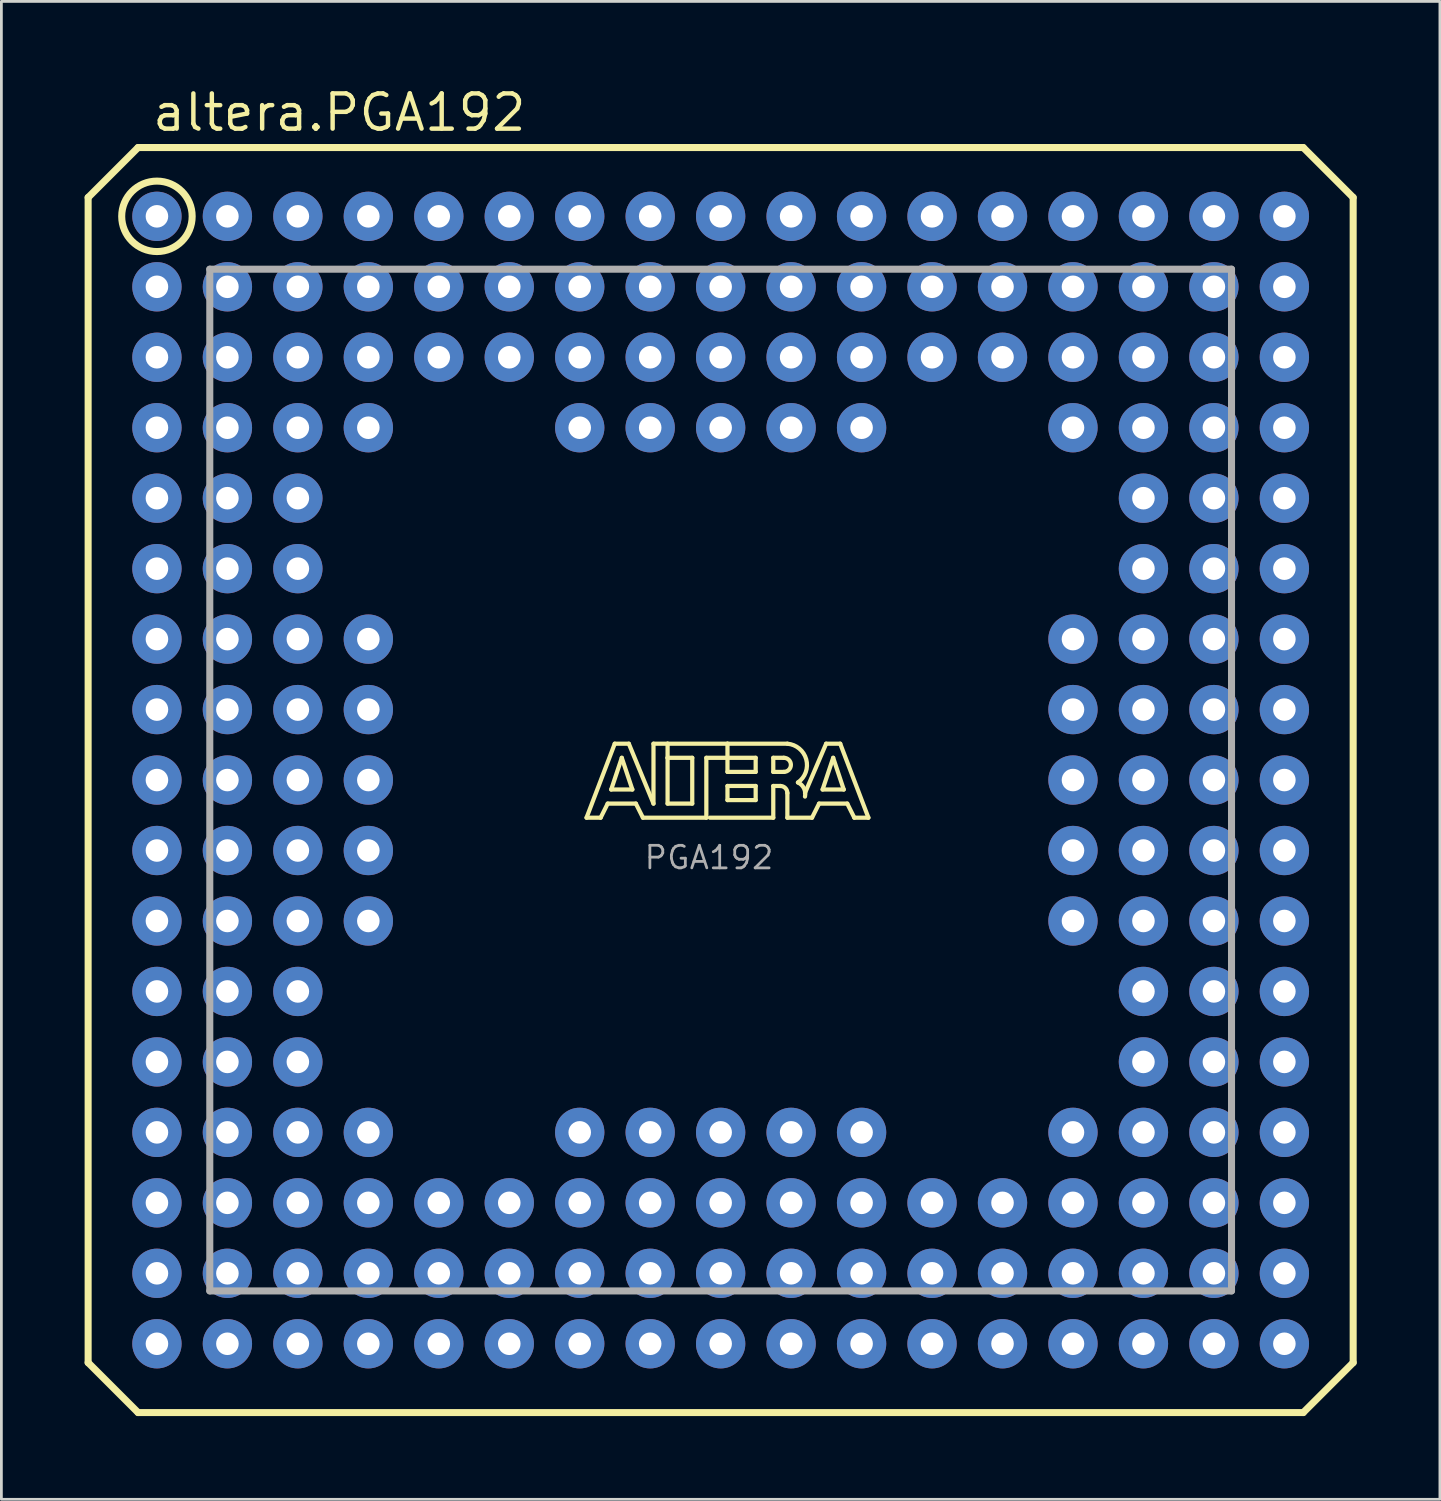
<source format=kicad_pcb>
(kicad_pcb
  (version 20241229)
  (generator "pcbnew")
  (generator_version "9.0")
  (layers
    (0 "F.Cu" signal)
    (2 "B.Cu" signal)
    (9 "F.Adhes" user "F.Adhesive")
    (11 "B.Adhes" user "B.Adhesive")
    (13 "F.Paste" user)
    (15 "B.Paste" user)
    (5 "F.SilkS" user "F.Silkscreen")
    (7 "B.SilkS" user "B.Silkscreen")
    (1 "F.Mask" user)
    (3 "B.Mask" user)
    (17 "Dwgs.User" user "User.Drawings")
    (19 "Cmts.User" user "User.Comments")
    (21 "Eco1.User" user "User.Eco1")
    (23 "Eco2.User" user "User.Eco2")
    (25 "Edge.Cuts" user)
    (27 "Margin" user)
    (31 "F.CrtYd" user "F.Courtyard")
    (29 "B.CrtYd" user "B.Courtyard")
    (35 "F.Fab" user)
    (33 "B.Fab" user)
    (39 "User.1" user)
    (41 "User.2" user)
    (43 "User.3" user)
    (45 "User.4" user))
  (footprint "altera.PGA192"
    (layer "F.Cu")
    (at 22.927 25.068)
    (property "Reference" "altera.PGA192" (at -20.563 -23.318 0) (layer "F.SilkS") (effects (font (size 1.27 1.27) (thickness 0.16)) (justify left bottom)))
    (attr through_hole)
    (fp_line (start -22.8 -21) (end -21 -22.8) (stroke (width 0.254) (type default)) (layer "F.SilkS"))
    (fp_line (start -22.8 21) (end -22.8 -21) (stroke (width 0.254) (type default)) (layer "F.SilkS"))
    (fp_line (start -21 -22.8) (end 21 -22.8) (stroke (width 0.254) (type default)) (layer "F.SilkS"))
    (fp_line (start -21 22.8) (end -22.8 21) (stroke (width 0.254) (type default)) (layer "F.SilkS"))
    (fp_line (start -4.834 1.357) (end -3.818 -1.31) (stroke (width 0.152) (type default)) (layer "F.SilkS"))
    (fp_line (start -4.326 1.357) (end -4.834 1.357) (stroke (width 0.152) (type default)) (layer "F.SilkS"))
    (fp_line (start -4.072 0.849) (end -4.326 1.357) (stroke (width 0.152) (type default)) (layer "F.SilkS"))
    (fp_line (start -3.945 0.341) (end -3.183 0.341) (stroke (width 0.152) (type default)) (layer "F.SilkS"))
    (fp_line (start -3.818 -1.31) (end -3.31 -1.31) (stroke (width 0.152) (type default)) (layer "F.SilkS"))
    (fp_line (start -3.564 -0.802) (end -3.945 0.341) (stroke (width 0.152) (type default)) (layer "F.SilkS"))
    (fp_line (start -3.31 -1.31) (end -2.421 0.849) (stroke (width 0.152) (type default)) (layer "F.SilkS"))
    (fp_line (start -3.183 0.341) (end -3.564 -0.802) (stroke (width 0.152) (type default)) (layer "F.SilkS"))
    (fp_line (start -3.056 0.849) (end -4.072 0.849) (stroke (width 0.152) (type default)) (layer "F.SilkS"))
    (fp_line (start -2.802 1.357) (end -3.056 0.849) (stroke (width 0.152) (type default)) (layer "F.SilkS"))
    (fp_line (start -2.421 -1.31) (end -1.913 -1.31) (stroke (width 0.152) (type default)) (layer "F.SilkS"))
    (fp_line (start -2.421 0.849) (end -2.421 -1.31) (stroke (width 0.152) (type default)) (layer "F.SilkS"))
    (fp_line (start -1.913 -1.31) (end -1.913 -0.802) (stroke (width 0.152) (type default)) (layer "F.SilkS"))
    (fp_line (start -1.913 -1.31) (end 0.246 -1.31) (stroke (width 0.152) (type default)) (layer "F.SilkS"))
    (fp_line (start -1.913 -0.802) (end -1.913 0.849) (stroke (width 0.152) (type default)) (layer "F.SilkS"))
    (fp_line (start -1.913 0.849) (end -1.024 0.849) (stroke (width 0.152) (type default)) (layer "F.SilkS"))
    (fp_line (start -1.024 -0.802) (end -1.913 -0.802) (stroke (width 0.152) (type default)) (layer "F.SilkS"))
    (fp_line (start -1.024 0.849) (end -1.024 -0.802) (stroke (width 0.152) (type default)) (layer "F.SilkS"))
    (fp_line (start -0.516 -0.802) (end -0.516 1.357) (stroke (width 0.152) (type default)) (layer "F.SilkS"))
    (fp_line (start -0.516 1.357) (end -2.802 1.357) (stroke (width 0.152) (type default)) (layer "F.SilkS"))
    (fp_line (start 0.246 -1.31) (end 0.246 -0.802) (stroke (width 0.152) (type default)) (layer "F.SilkS"))
    (fp_line (start 0.246 -1.31) (end 2.405 -1.31) (stroke (width 0.152) (type default)) (layer "F.SilkS"))
    (fp_line (start 0.246 -0.802) (end -0.516 -0.802) (stroke (width 0.152) (type default)) (layer "F.SilkS"))
    (fp_line (start 0.246 -0.802) (end 0.246 -0.294) (stroke (width 0.152) (type default)) (layer "F.SilkS"))
    (fp_line (start 0.246 -0.294) (end 1.262 -0.294) (stroke (width 0.152) (type default)) (layer "F.SilkS"))
    (fp_line (start 0.246 0.214) (end 1.262 0.214) (stroke (width 0.152) (type default)) (layer "F.SilkS"))
    (fp_line (start 0.246 0.722) (end 0.246 0.214) (stroke (width 0.152) (type default)) (layer "F.SilkS"))
    (fp_line (start 1.262 -0.802) (end 0.246 -0.802) (stroke (width 0.152) (type default)) (layer "F.SilkS"))
    (fp_line (start 1.262 -0.294) (end 1.262 -0.802) (stroke (width 0.152) (type default)) (layer "F.SilkS"))
    (fp_line (start 1.262 0.214) (end 1.262 0.722) (stroke (width 0.152) (type default)) (layer "F.SilkS"))
    (fp_line (start 1.262 0.722) (end 0.246 0.722) (stroke (width 0.152) (type default)) (layer "F.SilkS"))
    (fp_line (start 1.897 -0.802) (end 1.897 -0.294) (stroke (width 0.152) (type default)) (layer "F.SilkS"))
    (fp_line (start 1.897 -0.294) (end 2.278 -0.294) (stroke (width 0.152) (type default)) (layer "F.SilkS"))
    (fp_line (start 1.897 0.214) (end 1.897 1.357) (stroke (width 0.152) (type default)) (layer "F.SilkS"))
    (fp_line (start 1.897 0.214) (end 2.151 0.214) (stroke (width 0.152) (type default)) (layer "F.SilkS"))
    (fp_line (start 1.897 1.357) (end -0.389 1.357) (stroke (width 0.152) (type default)) (layer "F.SilkS"))
    (fp_line (start 2.278 -0.802) (end 1.897 -0.802) (stroke (width 0.152) (type default)) (layer "F.SilkS"))
    (fp_line (start 2.405 0.468) (end 2.405 1.357) (stroke (width 0.152) (type default)) (layer "F.SilkS"))
    (fp_line (start 2.405 1.357) (end 3.294 1.357) (stroke (width 0.152) (type default)) (layer "F.SilkS"))
    (fp_line (start 3.294 1.357) (end 3.548 0.849) (stroke (width 0.152) (type default)) (layer "F.SilkS"))
    (fp_line (start 3.548 0.849) (end 4.564 0.849) (stroke (width 0.152) (type default)) (layer "F.SilkS"))
    (fp_line (start 3.675 0.341) (end 4.056 -0.802) (stroke (width 0.152) (type default)) (layer "F.SilkS"))
    (fp_line (start 3.802 -1.31) (end 3.04 0.468) (stroke (width 0.152) (type default)) (layer "F.SilkS"))
    (fp_line (start 4.056 -0.802) (end 4.437 0.341) (stroke (width 0.152) (type default)) (layer "F.SilkS"))
    (fp_line (start 4.31 -1.31) (end 3.802 -1.31) (stroke (width 0.152) (type default)) (layer "F.SilkS"))
    (fp_line (start 4.437 0.341) (end 3.675 0.341) (stroke (width 0.152) (type default)) (layer "F.SilkS"))
    (fp_line (start 4.564 0.849) (end 4.818 1.357) (stroke (width 0.152) (type default)) (layer "F.SilkS"))
    (fp_line (start 4.818 1.357) (end 5.326 1.357) (stroke (width 0.152) (type default)) (layer "F.SilkS"))
    (fp_line (start 5.326 1.357) (end 4.31 -1.31) (stroke (width 0.152) (type default)) (layer "F.SilkS"))
    (fp_line (start 21 -22.8) (end 22.8 -21) (stroke (width 0.254) (type default)) (layer "F.SilkS"))
    (fp_line (start 21 22.8) (end -21 22.8) (stroke (width 0.254) (type default)) (layer "F.SilkS"))
    (fp_line (start 22.8 -21) (end 22.8 21) (stroke (width 0.254) (type default)) (layer "F.SilkS"))
    (fp_line (start 22.8 21) (end 21 22.8) (stroke (width 0.254) (type default)) (layer "F.SilkS"))
    (fp_arc (start 2.151 0.214) (mid 2.330605 0.288395) (end 2.405 0.468) (stroke (width 0.1524) (type default)) (layer "F.SilkS"))
    (fp_arc (start 2.278 -0.802) (mid 2.532 -0.548) (end 2.278 -0.294) (stroke (width 0.1524) (type default)) (layer "F.SilkS"))
    (fp_arc (start 2.405 -1.31) (mid 3.084953 -0.74477) (end 2.7861 0.0874) (stroke (width 0.1524) (type default)) (layer "F.SilkS"))
    (fp_arc (start 2.7861 0.0871) (mid 3.002081 0.296587) (end 3.0398 0.5951) (stroke (width 0.1524) (type default)) (layer "F.SilkS"))
    (fp_circle (center -20.32 -20.32) (end -19.05 -20.32) (stroke (width 0.254) (type default)) (fill no) (layer "F.SilkS"))
    (fp_line (start -18.415 -18.415) (end -18.415 18.415) (stroke (width 0.254) (type default)) (layer "F.Fab"))
    (fp_line (start -18.415 18.415) (end 18.415 18.415) (stroke (width 0.254) (type default)) (layer "F.Fab"))
    (fp_line (start 18.415 -18.415) (end -18.415 -18.415) (stroke (width 0.254) (type default)) (layer "F.Fab"))
    (fp_line (start 18.415 18.415) (end 18.415 -18.415) (stroke (width 0.254) (type default)) (layer "F.Fab"))
    (fp_text user "PGA192" (at -2.81 3.27 0) (layer "F.Fab") (effects (font (size 0.813 0.813) (thickness 0.1)) (justify left bottom)))
    (pad "A1" thru_hole circle (at -20.32 -20.32) (size 1.778 1.778) (drill 0.813) (layers "*.Cu" "*.Mask"))
    (pad "A2" thru_hole circle (at -17.78 -20.32) (size 1.778 1.778) (drill 0.813) (layers "*.Cu" "*.Mask"))
    (pad "A3" thru_hole circle (at -15.24 -20.32) (size 1.778 1.778) (drill 0.813) (layers "*.Cu" "*.Mask"))
    (pad "A4" thru_hole circle (at -12.7 -20.32) (size 1.778 1.778) (drill 0.813) (layers "*.Cu" "*.Mask"))
    (pad "A5" thru_hole circle (at -10.16 -20.32) (size 1.778 1.778) (drill 0.813) (layers "*.Cu" "*.Mask"))
    (pad "A6" thru_hole circle (at -7.62 -20.32) (size 1.778 1.778) (drill 0.813) (layers "*.Cu" "*.Mask"))
    (pad "A7" thru_hole circle (at -5.08 -20.32) (size 1.778 1.778) (drill 0.813) (layers "*.Cu" "*.Mask"))
    (pad "A8" thru_hole circle (at -2.54 -20.32) (size 1.778 1.778) (drill 0.813) (layers "*.Cu" "*.Mask"))
    (pad "A9" thru_hole circle (at 0 -20.32) (size 1.778 1.778) (drill 0.813) (layers "*.Cu" "*.Mask"))
    (pad "A10" thru_hole circle (at 2.54 -20.32) (size 1.778 1.778) (drill 0.813) (layers "*.Cu" "*.Mask"))
    (pad "A11" thru_hole circle (at 5.08 -20.32) (size 1.778 1.778) (drill 0.813) (layers "*.Cu" "*.Mask"))
    (pad "A12" thru_hole circle (at 7.62 -20.32) (size 1.778 1.778) (drill 0.813) (layers "*.Cu" "*.Mask"))
    (pad "A13" thru_hole circle (at 10.16 -20.32) (size 1.778 1.778) (drill 0.813) (layers "*.Cu" "*.Mask"))
    (pad "A14" thru_hole circle (at 12.7 -20.32) (size 1.778 1.778) (drill 0.813) (layers "*.Cu" "*.Mask"))
    (pad "A15" thru_hole circle (at 15.24 -20.32) (size 1.778 1.778) (drill 0.813) (layers "*.Cu" "*.Mask"))
    (pad "A16" thru_hole circle (at 17.78 -20.32) (size 1.778 1.778) (drill 0.813) (layers "*.Cu" "*.Mask"))
    (pad "A17" thru_hole circle (at 20.32 -20.32) (size 1.778 1.778) (drill 0.813) (layers "*.Cu" "*.Mask"))
    (pad "B1" thru_hole circle (at -20.32 -17.78) (size 1.778 1.778) (drill 0.813) (layers "*.Cu" "*.Mask"))
    (pad "B2" thru_hole circle (at -17.78 -17.78) (size 1.778 1.778) (drill 0.813) (layers "*.Cu" "*.Mask"))
    (pad "B3" thru_hole circle (at -15.24 -17.78) (size 1.778 1.778) (drill 0.813) (layers "*.Cu" "*.Mask"))
    (pad "B4" thru_hole circle (at -12.7 -17.78) (size 1.778 1.778) (drill 0.813) (layers "*.Cu" "*.Mask"))
    (pad "B5" thru_hole circle (at -10.16 -17.78) (size 1.778 1.778) (drill 0.813) (layers "*.Cu" "*.Mask"))
    (pad "B6" thru_hole circle (at -7.62 -17.78) (size 1.778 1.778) (drill 0.813) (layers "*.Cu" "*.Mask"))
    (pad "B7" thru_hole circle (at -5.08 -17.78) (size 1.778 1.778) (drill 0.813) (layers "*.Cu" "*.Mask"))
    (pad "B8" thru_hole circle (at -2.54 -17.78) (size 1.778 1.778) (drill 0.813) (layers "*.Cu" "*.Mask"))
    (pad "B9" thru_hole circle (at 0 -17.78) (size 1.778 1.778) (drill 0.813) (layers "*.Cu" "*.Mask"))
    (pad "B10" thru_hole circle (at 2.54 -17.78) (size 1.778 1.778) (drill 0.813) (layers "*.Cu" "*.Mask"))
    (pad "B11" thru_hole circle (at 5.08 -17.78) (size 1.778 1.778) (drill 0.813) (layers "*.Cu" "*.Mask"))
    (pad "B12" thru_hole circle (at 7.62 -17.78) (size 1.778 1.778) (drill 0.813) (layers "*.Cu" "*.Mask"))
    (pad "B13" thru_hole circle (at 10.16 -17.78) (size 1.778 1.778) (drill 0.813) (layers "*.Cu" "*.Mask"))
    (pad "B14" thru_hole circle (at 12.7 -17.78) (size 1.778 1.778) (drill 0.813) (layers "*.Cu" "*.Mask"))
    (pad "B15" thru_hole circle (at 15.24 -17.78) (size 1.778 1.778) (drill 0.813) (layers "*.Cu" "*.Mask"))
    (pad "B16" thru_hole circle (at 17.78 -17.78) (size 1.778 1.778) (drill 0.813) (layers "*.Cu" "*.Mask"))
    (pad "B17" thru_hole circle (at 20.32 -17.78) (size 1.778 1.778) (drill 0.813) (layers "*.Cu" "*.Mask"))
    (pad "C1" thru_hole circle (at -20.32 -15.24) (size 1.778 1.778) (drill 0.813) (layers "*.Cu" "*.Mask"))
    (pad "C2" thru_hole circle (at -17.78 -15.24) (size 1.778 1.778) (drill 0.813) (layers "*.Cu" "*.Mask"))
    (pad "C3" thru_hole circle (at -15.24 -15.24) (size 1.778 1.778) (drill 0.813) (layers "*.Cu" "*.Mask"))
    (pad "C4" thru_hole circle (at -12.7 -15.24) (size 1.778 1.778) (drill 0.813) (layers "*.Cu" "*.Mask"))
    (pad "C5" thru_hole circle (at -10.16 -15.24) (size 1.778 1.778) (drill 0.813) (layers "*.Cu" "*.Mask"))
    (pad "C6" thru_hole circle (at -7.62 -15.24) (size 1.778 1.778) (drill 0.813) (layers "*.Cu" "*.Mask"))
    (pad "C7" thru_hole circle (at -5.08 -15.24) (size 1.778 1.778) (drill 0.813) (layers "*.Cu" "*.Mask"))
    (pad "C8" thru_hole circle (at -2.54 -15.24) (size 1.778 1.778) (drill 0.813) (layers "*.Cu" "*.Mask"))
    (pad "C9" thru_hole circle (at 0 -15.24) (size 1.778 1.778) (drill 0.813) (layers "*.Cu" "*.Mask"))
    (pad "C10" thru_hole circle (at 2.54 -15.24) (size 1.778 1.778) (drill 0.813) (layers "*.Cu" "*.Mask"))
    (pad "C11" thru_hole circle (at 5.08 -15.24) (size 1.778 1.778) (drill 0.813) (layers "*.Cu" "*.Mask"))
    (pad "C12" thru_hole circle (at 7.62 -15.24) (size 1.778 1.778) (drill 0.813) (layers "*.Cu" "*.Mask"))
    (pad "C13" thru_hole circle (at 10.16 -15.24) (size 1.778 1.778) (drill 0.813) (layers "*.Cu" "*.Mask"))
    (pad "C14" thru_hole circle (at 12.7 -15.24) (size 1.778 1.778) (drill 0.813) (layers "*.Cu" "*.Mask"))
    (pad "C15" thru_hole circle (at 15.24 -15.24) (size 1.778 1.778) (drill 0.813) (layers "*.Cu" "*.Mask"))
    (pad "C16" thru_hole circle (at 17.78 -15.24) (size 1.778 1.778) (drill 0.813) (layers "*.Cu" "*.Mask"))
    (pad "C17" thru_hole circle (at 20.32 -15.24) (size 1.778 1.778) (drill 0.813) (layers "*.Cu" "*.Mask"))
    (pad "D1" thru_hole circle (at -20.32 -12.7) (size 1.778 1.778) (drill 0.813) (layers "*.Cu" "*.Mask"))
    (pad "D2" thru_hole circle (at -17.78 -12.7) (size 1.778 1.778) (drill 0.813) (layers "*.Cu" "*.Mask"))
    (pad "D3" thru_hole circle (at -15.24 -12.7) (size 1.778 1.778) (drill 0.813) (layers "*.Cu" "*.Mask"))
    (pad "D4" thru_hole circle (at -12.7 -12.7) (size 1.778 1.778) (drill 0.813) (layers "*.Cu" "*.Mask"))
    (pad "D7" thru_hole circle (at -5.08 -12.7) (size 1.778 1.778) (drill 0.813) (layers "*.Cu" "*.Mask"))
    (pad "D8" thru_hole circle (at -2.54 -12.7) (size 1.778 1.778) (drill 0.813) (layers "*.Cu" "*.Mask"))
    (pad "D9" thru_hole circle (at 0 -12.7) (size 1.778 1.778) (drill 0.813) (layers "*.Cu" "*.Mask"))
    (pad "D10" thru_hole circle (at 2.54 -12.7) (size 1.778 1.778) (drill 0.813) (layers "*.Cu" "*.Mask"))
    (pad "D11" thru_hole circle (at 5.08 -12.7) (size 1.778 1.778) (drill 0.813) (layers "*.Cu" "*.Mask"))
    (pad "D14" thru_hole circle (at 12.7 -12.7) (size 1.778 1.778) (drill 0.813) (layers "*.Cu" "*.Mask"))
    (pad "D15" thru_hole circle (at 15.24 -12.7) (size 1.778 1.778) (drill 0.813) (layers "*.Cu" "*.Mask"))
    (pad "D16" thru_hole circle (at 17.78 -12.7) (size 1.778 1.778) (drill 0.813) (layers "*.Cu" "*.Mask"))
    (pad "D17" thru_hole circle (at 20.32 -12.7) (size 1.778 1.778) (drill 0.813) (layers "*.Cu" "*.Mask"))
    (pad "E1" thru_hole circle (at -20.32 -10.16) (size 1.778 1.778) (drill 0.813) (layers "*.Cu" "*.Mask"))
    (pad "E2" thru_hole circle (at -17.78 -10.16) (size 1.778 1.778) (drill 0.813) (layers "*.Cu" "*.Mask"))
    (pad "E3" thru_hole circle (at -15.24 -10.16) (size 1.778 1.778) (drill 0.813) (layers "*.Cu" "*.Mask"))
    (pad "E15" thru_hole circle (at 15.24 -10.16) (size 1.778 1.778) (drill 0.813) (layers "*.Cu" "*.Mask"))
    (pad "E16" thru_hole circle (at 17.78 -10.16) (size 1.778 1.778) (drill 0.813) (layers "*.Cu" "*.Mask"))
    (pad "E17" thru_hole circle (at 20.32 -10.16) (size 1.778 1.778) (drill 0.813) (layers "*.Cu" "*.Mask"))
    (pad "F1" thru_hole circle (at -20.32 -7.62) (size 1.778 1.778) (drill 0.813) (layers "*.Cu" "*.Mask"))
    (pad "F2" thru_hole circle (at -17.78 -7.62) (size 1.778 1.778) (drill 0.813) (layers "*.Cu" "*.Mask"))
    (pad "F3" thru_hole circle (at -15.24 -7.62) (size 1.778 1.778) (drill 0.813) (layers "*.Cu" "*.Mask"))
    (pad "F15" thru_hole circle (at 15.24 -7.62) (size 1.778 1.778) (drill 0.813) (layers "*.Cu" "*.Mask"))
    (pad "F16" thru_hole circle (at 17.78 -7.62) (size 1.778 1.778) (drill 0.813) (layers "*.Cu" "*.Mask"))
    (pad "F17" thru_hole circle (at 20.32 -7.62) (size 1.778 1.778) (drill 0.813) (layers "*.Cu" "*.Mask"))
    (pad "G1" thru_hole circle (at -20.32 -5.08) (size 1.778 1.778) (drill 0.813) (layers "*.Cu" "*.Mask"))
    (pad "G2" thru_hole circle (at -17.78 -5.08) (size 1.778 1.778) (drill 0.813) (layers "*.Cu" "*.Mask"))
    (pad "G3" thru_hole circle (at -15.24 -5.08) (size 1.778 1.778) (drill 0.813) (layers "*.Cu" "*.Mask"))
    (pad "G4" thru_hole circle (at -12.7 -5.08) (size 1.778 1.778) (drill 0.813) (layers "*.Cu" "*.Mask"))
    (pad "G14" thru_hole circle (at 12.7 -5.08) (size 1.778 1.778) (drill 0.813) (layers "*.Cu" "*.Mask"))
    (pad "G15" thru_hole circle (at 15.24 -5.08) (size 1.778 1.778) (drill 0.813) (layers "*.Cu" "*.Mask"))
    (pad "G16" thru_hole circle (at 17.78 -5.08) (size 1.778 1.778) (drill 0.813) (layers "*.Cu" "*.Mask"))
    (pad "G17" thru_hole circle (at 20.32 -5.08) (size 1.778 1.778) (drill 0.813) (layers "*.Cu" "*.Mask"))
    (pad "H1" thru_hole circle (at -20.32 -2.54) (size 1.778 1.778) (drill 0.813) (layers "*.Cu" "*.Mask"))
    (pad "H2" thru_hole circle (at -17.78 -2.54) (size 1.778 1.778) (drill 0.813) (layers "*.Cu" "*.Mask"))
    (pad "H3" thru_hole circle (at -15.24 -2.54) (size 1.778 1.778) (drill 0.813) (layers "*.Cu" "*.Mask"))
    (pad "H4" thru_hole circle (at -12.7 -2.54) (size 1.778 1.778) (drill 0.813) (layers "*.Cu" "*.Mask"))
    (pad "H14" thru_hole circle (at 12.7 -2.54) (size 1.778 1.778) (drill 0.813) (layers "*.Cu" "*.Mask"))
    (pad "H15" thru_hole circle (at 15.24 -2.54) (size 1.778 1.778) (drill 0.813) (layers "*.Cu" "*.Mask"))
    (pad "H16" thru_hole circle (at 17.78 -2.54) (size 1.778 1.778) (drill 0.813) (layers "*.Cu" "*.Mask"))
    (pad "H17" thru_hole circle (at 20.32 -2.54) (size 1.778 1.778) (drill 0.813) (layers "*.Cu" "*.Mask"))
    (pad "J1" thru_hole circle (at -20.32 0) (size 1.778 1.778) (drill 0.813) (layers "*.Cu" "*.Mask"))
    (pad "J2" thru_hole circle (at -17.78 0) (size 1.778 1.778) (drill 0.813) (layers "*.Cu" "*.Mask"))
    (pad "J3" thru_hole circle (at -15.24 0) (size 1.778 1.778) (drill 0.813) (layers "*.Cu" "*.Mask"))
    (pad "J4" thru_hole circle (at -12.7 0) (size 1.778 1.778) (drill 0.813) (layers "*.Cu" "*.Mask"))
    (pad "J14" thru_hole circle (at 12.7 0) (size 1.778 1.778) (drill 0.813) (layers "*.Cu" "*.Mask"))
    (pad "J15" thru_hole circle (at 15.24 0) (size 1.778 1.778) (drill 0.813) (layers "*.Cu" "*.Mask"))
    (pad "J16" thru_hole circle (at 17.78 0) (size 1.778 1.778) (drill 0.813) (layers "*.Cu" "*.Mask"))
    (pad "J17" thru_hole circle (at 20.32 0) (size 1.778 1.778) (drill 0.813) (layers "*.Cu" "*.Mask"))
    (pad "K1" thru_hole circle (at -20.32 2.54) (size 1.778 1.778) (drill 0.813) (layers "*.Cu" "*.Mask"))
    (pad "K2" thru_hole circle (at -17.78 2.54) (size 1.778 1.778) (drill 0.813) (layers "*.Cu" "*.Mask"))
    (pad "K3" thru_hole circle (at -15.24 2.54) (size 1.778 1.778) (drill 0.813) (layers "*.Cu" "*.Mask"))
    (pad "K4" thru_hole circle (at -12.7 2.54) (size 1.778 1.778) (drill 0.813) (layers "*.Cu" "*.Mask"))
    (pad "K14" thru_hole circle (at 12.7 2.54) (size 1.778 1.778) (drill 0.813) (layers "*.Cu" "*.Mask"))
    (pad "K15" thru_hole circle (at 15.24 2.54) (size 1.778 1.778) (drill 0.813) (layers "*.Cu" "*.Mask"))
    (pad "K16" thru_hole circle (at 17.78 2.54) (size 1.778 1.778) (drill 0.813) (layers "*.Cu" "*.Mask"))
    (pad "K17" thru_hole circle (at 20.32 2.54) (size 1.778 1.778) (drill 0.813) (layers "*.Cu" "*.Mask"))
    (pad "L1" thru_hole circle (at -20.32 5.08) (size 1.778 1.778) (drill 0.813) (layers "*.Cu" "*.Mask"))
    (pad "L2" thru_hole circle (at -17.78 5.08) (size 1.778 1.778) (drill 0.813) (layers "*.Cu" "*.Mask"))
    (pad "L3" thru_hole circle (at -15.24 5.08) (size 1.778 1.778) (drill 0.813) (layers "*.Cu" "*.Mask"))
    (pad "L4" thru_hole circle (at -12.7 5.08) (size 1.778 1.778) (drill 0.813) (layers "*.Cu" "*.Mask"))
    (pad "L14" thru_hole circle (at 12.7 5.08) (size 1.778 1.778) (drill 0.813) (layers "*.Cu" "*.Mask"))
    (pad "L15" thru_hole circle (at 15.24 5.08) (size 1.778 1.778) (drill 0.813) (layers "*.Cu" "*.Mask"))
    (pad "L16" thru_hole circle (at 17.78 5.08) (size 1.778 1.778) (drill 0.813) (layers "*.Cu" "*.Mask"))
    (pad "L17" thru_hole circle (at 20.32 5.08) (size 1.778 1.778) (drill 0.813) (layers "*.Cu" "*.Mask"))
    (pad "M1" thru_hole circle (at -20.32 7.62) (size 1.778 1.778) (drill 0.813) (layers "*.Cu" "*.Mask"))
    (pad "M2" thru_hole circle (at -17.78 7.62) (size 1.778 1.778) (drill 0.813) (layers "*.Cu" "*.Mask"))
    (pad "M3" thru_hole circle (at -15.24 7.62) (size 1.778 1.778) (drill 0.813) (layers "*.Cu" "*.Mask"))
    (pad "M15" thru_hole circle (at 15.24 7.62) (size 1.778 1.778) (drill 0.813) (layers "*.Cu" "*.Mask"))
    (pad "M16" thru_hole circle (at 17.78 7.62) (size 1.778 1.778) (drill 0.813) (layers "*.Cu" "*.Mask"))
    (pad "M17" thru_hole circle (at 20.32 7.62) (size 1.778 1.778) (drill 0.813) (layers "*.Cu" "*.Mask"))
    (pad "N1" thru_hole circle (at -20.32 10.16) (size 1.778 1.778) (drill 0.813) (layers "*.Cu" "*.Mask"))
    (pad "N2" thru_hole circle (at -17.78 10.16) (size 1.778 1.778) (drill 0.813) (layers "*.Cu" "*.Mask"))
    (pad "N3" thru_hole circle (at -15.24 10.16) (size 1.778 1.778) (drill 0.813) (layers "*.Cu" "*.Mask"))
    (pad "N15" thru_hole circle (at 15.24 10.16) (size 1.778 1.778) (drill 0.813) (layers "*.Cu" "*.Mask"))
    (pad "N16" thru_hole circle (at 17.78 10.16) (size 1.778 1.778) (drill 0.813) (layers "*.Cu" "*.Mask"))
    (pad "N17" thru_hole circle (at 20.32 10.16) (size 1.778 1.778) (drill 0.813) (layers "*.Cu" "*.Mask"))
    (pad "P1" thru_hole circle (at -20.32 12.7) (size 1.778 1.778) (drill 0.813) (layers "*.Cu" "*.Mask"))
    (pad "P2" thru_hole circle (at -17.78 12.7) (size 1.778 1.778) (drill 0.813) (layers "*.Cu" "*.Mask"))
    (pad "P3" thru_hole circle (at -15.24 12.7) (size 1.778 1.778) (drill 0.813) (layers "*.Cu" "*.Mask"))
    (pad "P4" thru_hole circle (at -12.7 12.7) (size 1.778 1.778) (drill 0.813) (layers "*.Cu" "*.Mask"))
    (pad "P7" thru_hole circle (at -5.08 12.7) (size 1.778 1.778) (drill 0.813) (layers "*.Cu" "*.Mask"))
    (pad "P8" thru_hole circle (at -2.54 12.7) (size 1.778 1.778) (drill 0.813) (layers "*.Cu" "*.Mask"))
    (pad "P9" thru_hole circle (at 0 12.7) (size 1.778 1.778) (drill 0.813) (layers "*.Cu" "*.Mask"))
    (pad "P10" thru_hole circle (at 2.54 12.7) (size 1.778 1.778) (drill 0.813) (layers "*.Cu" "*.Mask"))
    (pad "P11" thru_hole circle (at 5.08 12.7) (size 1.778 1.778) (drill 0.813) (layers "*.Cu" "*.Mask"))
    (pad "P14" thru_hole circle (at 12.7 12.7) (size 1.778 1.778) (drill 0.813) (layers "*.Cu" "*.Mask"))
    (pad "P15" thru_hole circle (at 15.24 12.7) (size 1.778 1.778) (drill 0.813) (layers "*.Cu" "*.Mask"))
    (pad "P16" thru_hole circle (at 17.78 12.7) (size 1.778 1.778) (drill 0.813) (layers "*.Cu" "*.Mask"))
    (pad "P17" thru_hole circle (at 20.32 12.7) (size 1.778 1.778) (drill 0.813) (layers "*.Cu" "*.Mask"))
    (pad "R1" thru_hole circle (at -20.32 15.24) (size 1.778 1.778) (drill 0.813) (layers "*.Cu" "*.Mask"))
    (pad "R2" thru_hole circle (at -17.78 15.24) (size 1.778 1.778) (drill 0.813) (layers "*.Cu" "*.Mask"))
    (pad "R3" thru_hole circle (at -15.24 15.24) (size 1.778 1.778) (drill 0.813) (layers "*.Cu" "*.Mask"))
    (pad "R4" thru_hole circle (at -12.7 15.24) (size 1.778 1.778) (drill 0.813) (layers "*.Cu" "*.Mask"))
    (pad "R5" thru_hole circle (at -10.16 15.24) (size 1.778 1.778) (drill 0.813) (layers "*.Cu" "*.Mask"))
    (pad "R6" thru_hole circle (at -7.62 15.24) (size 1.778 1.778) (drill 0.813) (layers "*.Cu" "*.Mask"))
    (pad "R7" thru_hole circle (at -5.08 15.24) (size 1.778 1.778) (drill 0.813) (layers "*.Cu" "*.Mask"))
    (pad "R8" thru_hole circle (at -2.54 15.24) (size 1.778 1.778) (drill 0.813) (layers "*.Cu" "*.Mask"))
    (pad "R9" thru_hole circle (at 0 15.24) (size 1.778 1.778) (drill 0.813) (layers "*.Cu" "*.Mask"))
    (pad "R10" thru_hole circle (at 2.54 15.24) (size 1.778 1.778) (drill 0.813) (layers "*.Cu" "*.Mask"))
    (pad "R11" thru_hole circle (at 5.08 15.24) (size 1.778 1.778) (drill 0.813) (layers "*.Cu" "*.Mask"))
    (pad "R12" thru_hole circle (at 7.62 15.24) (size 1.778 1.778) (drill 0.813) (layers "*.Cu" "*.Mask"))
    (pad "R13" thru_hole circle (at 10.16 15.24) (size 1.778 1.778) (drill 0.813) (layers "*.Cu" "*.Mask"))
    (pad "R14" thru_hole circle (at 12.7 15.24) (size 1.778 1.778) (drill 0.813) (layers "*.Cu" "*.Mask"))
    (pad "R15" thru_hole circle (at 15.24 15.24) (size 1.778 1.778) (drill 0.813) (layers "*.Cu" "*.Mask"))
    (pad "R16" thru_hole circle (at 17.78 15.24) (size 1.778 1.778) (drill 0.813) (layers "*.Cu" "*.Mask"))
    (pad "R17" thru_hole circle (at 20.32 15.24) (size 1.778 1.778) (drill 0.813) (layers "*.Cu" "*.Mask"))
    (pad "T1" thru_hole circle (at -20.32 17.78) (size 1.778 1.778) (drill 0.813) (layers "*.Cu" "*.Mask"))
    (pad "T2" thru_hole circle (at -17.78 17.78) (size 1.778 1.778) (drill 0.813) (layers "*.Cu" "*.Mask"))
    (pad "T3" thru_hole circle (at -15.24 17.78) (size 1.778 1.778) (drill 0.813) (layers "*.Cu" "*.Mask"))
    (pad "T4" thru_hole circle (at -12.7 17.78) (size 1.778 1.778) (drill 0.813) (layers "*.Cu" "*.Mask"))
    (pad "T5" thru_hole circle (at -10.16 17.78) (size 1.778 1.778) (drill 0.813) (layers "*.Cu" "*.Mask"))
    (pad "T6" thru_hole circle (at -7.62 17.78) (size 1.778 1.778) (drill 0.813) (layers "*.Cu" "*.Mask"))
    (pad "T7" thru_hole circle (at -5.08 17.78) (size 1.778 1.778) (drill 0.813) (layers "*.Cu" "*.Mask"))
    (pad "T8" thru_hole circle (at -2.54 17.78) (size 1.778 1.778) (drill 0.813) (layers "*.Cu" "*.Mask"))
    (pad "T9" thru_hole circle (at 0 17.78) (size 1.778 1.778) (drill 0.813) (layers "*.Cu" "*.Mask"))
    (pad "T10" thru_hole circle (at 2.54 17.78) (size 1.778 1.778) (drill 0.813) (layers "*.Cu" "*.Mask"))
    (pad "T11" thru_hole circle (at 5.08 17.78) (size 1.778 1.778) (drill 0.813) (layers "*.Cu" "*.Mask"))
    (pad "T12" thru_hole circle (at 7.62 17.78) (size 1.778 1.778) (drill 0.813) (layers "*.Cu" "*.Mask"))
    (pad "T13" thru_hole circle (at 10.16 17.78) (size 1.778 1.778) (drill 0.813) (layers "*.Cu" "*.Mask"))
    (pad "T14" thru_hole circle (at 12.7 17.78) (size 1.778 1.778) (drill 0.813) (layers "*.Cu" "*.Mask"))
    (pad "T15" thru_hole circle (at 15.24 17.78) (size 1.778 1.778) (drill 0.813) (layers "*.Cu" "*.Mask"))
    (pad "T16" thru_hole circle (at 17.78 17.78) (size 1.778 1.778) (drill 0.813) (layers "*.Cu" "*.Mask"))
    (pad "T17" thru_hole circle (at 20.32 17.78) (size 1.778 1.778) (drill 0.813) (layers "*.Cu" "*.Mask"))
    (pad "U1" thru_hole circle (at -20.32 20.32) (size 1.778 1.778) (drill 0.813) (layers "*.Cu" "*.Mask"))
    (pad "U2" thru_hole circle (at -17.78 20.32) (size 1.778 1.778) (drill 0.813) (layers "*.Cu" "*.Mask"))
    (pad "U3" thru_hole circle (at -15.24 20.32) (size 1.778 1.778) (drill 0.813) (layers "*.Cu" "*.Mask"))
    (pad "U4" thru_hole circle (at -12.7 20.32) (size 1.778 1.778) (drill 0.813) (layers "*.Cu" "*.Mask"))
    (pad "U5" thru_hole circle (at -10.16 20.32) (size 1.778 1.778) (drill 0.813) (layers "*.Cu" "*.Mask"))
    (pad "U6" thru_hole circle (at -7.62 20.32) (size 1.778 1.778) (drill 0.813) (layers "*.Cu" "*.Mask"))
    (pad "U7" thru_hole circle (at -5.08 20.32) (size 1.778 1.778) (drill 0.813) (layers "*.Cu" "*.Mask"))
    (pad "U8" thru_hole circle (at -2.54 20.32) (size 1.778 1.778) (drill 0.813) (layers "*.Cu" "*.Mask"))
    (pad "U9" thru_hole circle (at 0 20.32) (size 1.778 1.778) (drill 0.813) (layers "*.Cu" "*.Mask"))
    (pad "U10" thru_hole circle (at 2.54 20.32) (size 1.778 1.778) (drill 0.813) (layers "*.Cu" "*.Mask"))
    (pad "U11" thru_hole circle (at 5.08 20.32) (size 1.778 1.778) (drill 0.813) (layers "*.Cu" "*.Mask"))
    (pad "U12" thru_hole circle (at 7.62 20.32) (size 1.778 1.778) (drill 0.813) (layers "*.Cu" "*.Mask"))
    (pad "U13" thru_hole circle (at 10.16 20.32) (size 1.778 1.778) (drill 0.813) (layers "*.Cu" "*.Mask"))
    (pad "U14" thru_hole circle (at 12.7 20.32) (size 1.778 1.778) (drill 0.813) (layers "*.Cu" "*.Mask"))
    (pad "U15" thru_hole circle (at 15.24 20.32) (size 1.778 1.778) (drill 0.813) (layers "*.Cu" "*.Mask"))
    (pad "U16" thru_hole circle (at 17.78 20.32) (size 1.778 1.778) (drill 0.813) (layers "*.Cu" "*.Mask"))
    (pad "U17" thru_hole circle (at 20.32 20.32) (size 1.778 1.778) (drill 0.813) (layers "*.Cu" "*.Mask")))
  (gr_rect
    (start -3 -3)
    (end 48.854 50.995)
    (stroke (width 0.1) (type default))
    (fill no)
    (layer "Edge.Cuts")))
</source>
